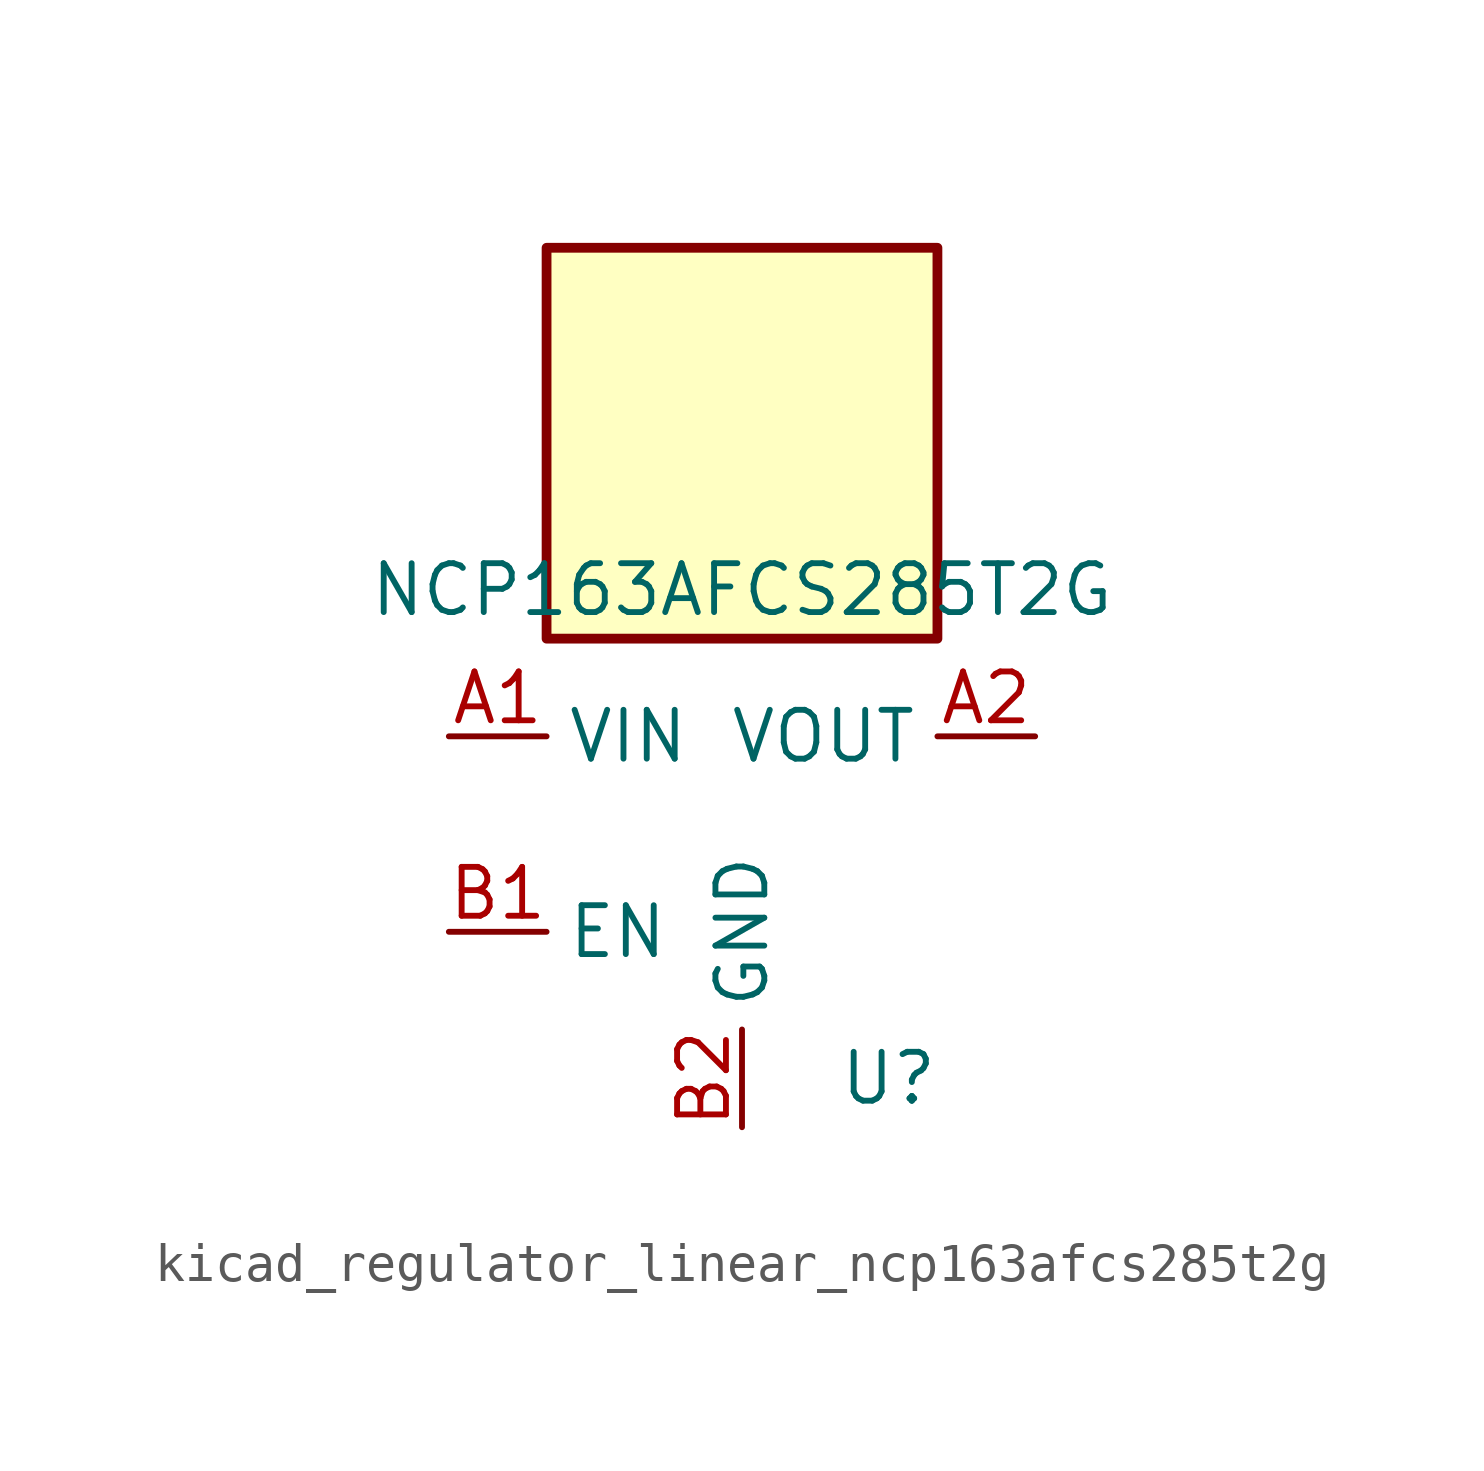
<source format=kicad_sym>
(kicad_symbol_lib
  (version 20220914)
  (generator kicad_symbol_editor)
  (symbol "kicad_regulator_linear_ncp163afcs285t2g"
    (property "Reference" "U"
      (at 3.81 -6.35 0)
      (effects (font (size 1.27 1.27))))
    (property "Value" "NCP163AFCS285T2G"
      (at 0 6.35 0)
      (effects (font (size 1.27 1.27))))
    (symbol "kicad_regulator_linear_ncp163afcs285t2g_0_1"
      (rectangle (start 5.08 15.24) (end -5.08 5.08) (stroke (width 0.254) (type default)) (fill (type background))))
    (symbol "kicad_regulator_linear_ncp163afcs285t2g_1_1"
      (pin power_in line (at -7.62 2.54 0) (length 2.54) (name "VIN" (effects (font (size 1.27 1.27)))) (number "A1" (effects (font (size 1.27 1.27)))))
      (pin power_out line (at 7.62 2.54 180) (length 2.54) (name "VOUT" (effects (font (size 1.27 1.27)))) (number "A2" (effects (font (size 1.27 1.27)))))
      (pin input line (at -7.62 -2.54 0) (length 2.54) (name "EN" (effects (font (size 1.27 1.27)))) (number "B1" (effects (font (size 1.27 1.27)))))
      (pin power_in line (at 0 -7.62 90) (length 2.54) (name "GND" (effects (font (size 1.27 1.27)))) (number "B2" (effects (font (size 1.27 1.27))))))))
</source>
